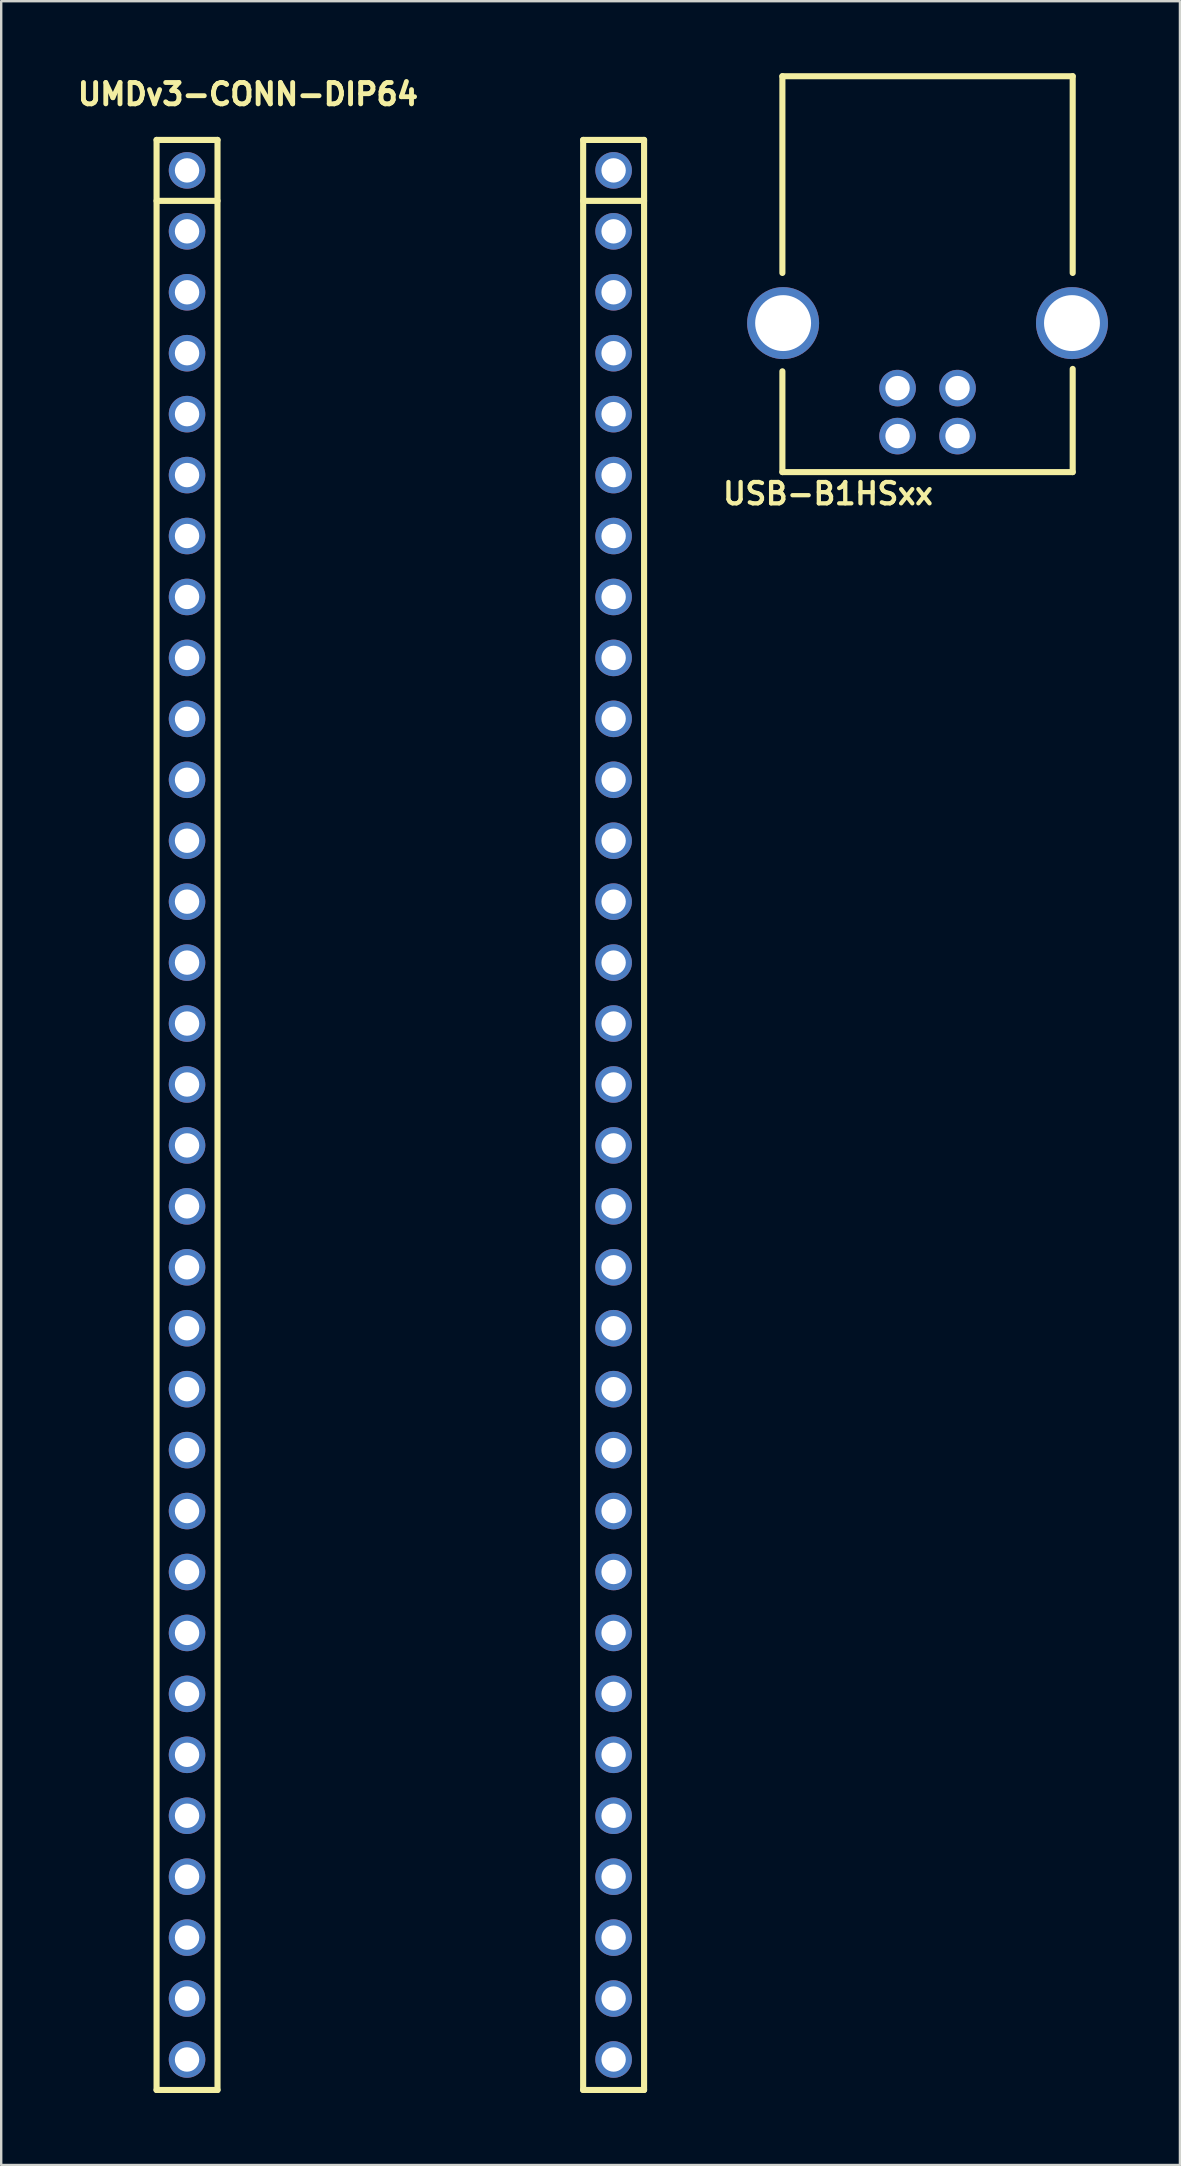
<source format=kicad_pcb>
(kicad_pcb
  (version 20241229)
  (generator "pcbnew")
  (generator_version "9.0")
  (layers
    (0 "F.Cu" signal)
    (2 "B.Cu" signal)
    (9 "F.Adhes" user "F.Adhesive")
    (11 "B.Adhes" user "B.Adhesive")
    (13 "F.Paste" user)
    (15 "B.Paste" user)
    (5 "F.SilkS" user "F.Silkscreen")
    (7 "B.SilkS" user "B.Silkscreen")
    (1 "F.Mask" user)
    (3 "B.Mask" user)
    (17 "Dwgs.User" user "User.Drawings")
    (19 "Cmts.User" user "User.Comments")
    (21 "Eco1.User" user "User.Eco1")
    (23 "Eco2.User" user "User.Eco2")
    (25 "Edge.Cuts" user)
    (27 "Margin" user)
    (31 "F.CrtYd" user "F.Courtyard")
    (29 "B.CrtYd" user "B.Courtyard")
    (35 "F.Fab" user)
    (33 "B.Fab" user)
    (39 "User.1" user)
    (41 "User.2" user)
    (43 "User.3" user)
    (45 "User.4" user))
  (footprint "UMDv3-CONN-DIP64"
    (layer "F.Cu")
    (at 4.746 4.052)
    (property "Reference" "UMDv3-CONN-DIP64" (at 2.54 -3.175 0) (layer "F.SilkS") (effects (font (size 0.889 0.889) (thickness 0.203))))
    (attr through_hole)
    (fp_line (start -1.27 -1.27) (end -1.27 80.01) (stroke (width 0.254) (type solid)) (layer "F.SilkS"))
    (fp_line (start -1.27 1.27) (end 1.27 1.27) (stroke (width 0.254) (type solid)) (layer "F.SilkS"))
    (fp_line (start -1.27 80.01) (end 1.27 80.01) (stroke (width 0.254) (type solid)) (layer "F.SilkS"))
    (fp_line (start 1.27 -1.27) (end -1.27 -1.27) (stroke (width 0.254) (type solid)) (layer "F.SilkS"))
    (fp_line (start 1.27 80.01) (end 1.27 -1.27) (stroke (width 0.254) (type solid)) (layer "F.SilkS"))
    (fp_line (start 16.51 -1.27) (end 16.51 80.01) (stroke (width 0.254) (type solid)) (layer "F.SilkS"))
    (fp_line (start 16.51 1.27) (end 19.05 1.27) (stroke (width 0.254) (type solid)) (layer "F.SilkS"))
    (fp_line (start 16.51 80.01) (end 19.05 80.01) (stroke (width 0.254) (type solid)) (layer "F.SilkS"))
    (fp_line (start 19.05 -1.27) (end 16.51 -1.27) (stroke (width 0.254) (type solid)) (layer "F.SilkS"))
    (fp_line (start 19.05 80.01) (end 19.05 -1.27) (stroke (width 0.254) (type solid)) (layer "F.SilkS"))
    (pad "1" thru_hole circle (at 0 0) (size 1.524 1.524) (drill 1.016) (layers "*.Cu" "*.Mask"))
    (pad "2" thru_hole circle (at 0 2.54) (size 1.524 1.524) (drill 1.016) (layers "*.Cu" "*.Mask"))
    (pad "3" thru_hole circle (at 0 5.08) (size 1.524 1.524) (drill 1.016) (layers "*.Cu" "*.Mask"))
    (pad "4" thru_hole circle (at 0 7.62) (size 1.524 1.524) (drill 1.016) (layers "*.Cu" "*.Mask"))
    (pad "5" thru_hole circle (at 0 10.16) (size 1.524 1.524) (drill 1.016) (layers "*.Cu" "*.Mask"))
    (pad "6" thru_hole circle (at 0 12.7) (size 1.524 1.524) (drill 1.016) (layers "*.Cu" "*.Mask"))
    (pad "7" thru_hole circle (at 0 15.24) (size 1.524 1.524) (drill 1.016) (layers "*.Cu" "*.Mask"))
    (pad "8" thru_hole circle (at 0 17.78) (size 1.524 1.524) (drill 1.016) (layers "*.Cu" "*.Mask"))
    (pad "9" thru_hole circle (at 0 20.32) (size 1.524 1.524) (drill 1.016) (layers "*.Cu" "*.Mask"))
    (pad "10" thru_hole circle (at 0 22.86) (size 1.524 1.524) (drill 1.016) (layers "*.Cu" "*.Mask"))
    (pad "11" thru_hole circle (at 0 25.4) (size 1.524 1.524) (drill 1.016) (layers "*.Cu" "*.Mask"))
    (pad "12" thru_hole circle (at 0 27.94) (size 1.524 1.524) (drill 1.016) (layers "*.Cu" "*.Mask"))
    (pad "13" thru_hole circle (at 0 30.48) (size 1.524 1.524) (drill 1.016) (layers "*.Cu" "*.Mask"))
    (pad "14" thru_hole circle (at 0 33.02) (size 1.524 1.524) (drill 1.016) (layers "*.Cu" "*.Mask"))
    (pad "15" thru_hole circle (at 0 35.56) (size 1.524 1.524) (drill 1.016) (layers "*.Cu" "*.Mask"))
    (pad "16" thru_hole circle (at 0 38.1) (size 1.524 1.524) (drill 1.016) (layers "*.Cu" "*.Mask"))
    (pad "17" thru_hole circle (at 0 40.64) (size 1.524 1.524) (drill 1.016) (layers "*.Cu" "*.Mask"))
    (pad "18" thru_hole circle (at 0 43.18) (size 1.524 1.524) (drill 1.016) (layers "*.Cu" "*.Mask"))
    (pad "19" thru_hole circle (at 0 45.72) (size 1.524 1.524) (drill 1.016) (layers "*.Cu" "*.Mask"))
    (pad "20" thru_hole circle (at 0 48.26) (size 1.524 1.524) (drill 1.016) (layers "*.Cu" "*.Mask"))
    (pad "21" thru_hole circle (at 0 50.8) (size 1.524 1.524) (drill 1.016) (layers "*.Cu" "*.Mask"))
    (pad "22" thru_hole circle (at 0 53.34) (size 1.524 1.524) (drill 1.016) (layers "*.Cu" "*.Mask"))
    (pad "23" thru_hole circle (at 0 55.88) (size 1.524 1.524) (drill 1.016) (layers "*.Cu" "*.Mask"))
    (pad "24" thru_hole circle (at 0 58.42) (size 1.524 1.524) (drill 1.016) (layers "*.Cu" "*.Mask"))
    (pad "25" thru_hole circle (at 0 60.96) (size 1.524 1.524) (drill 1.016) (layers "*.Cu" "*.Mask"))
    (pad "26" thru_hole circle (at 0 63.5) (size 1.524 1.524) (drill 1.016) (layers "*.Cu" "*.Mask"))
    (pad "27" thru_hole circle (at 0 66.04) (size 1.524 1.524) (drill 1.016) (layers "*.Cu" "*.Mask"))
    (pad "28" thru_hole circle (at 0 68.58) (size 1.524 1.524) (drill 1.016) (layers "*.Cu" "*.Mask"))
    (pad "29" thru_hole circle (at 0 71.12) (size 1.524 1.524) (drill 1.016) (layers "*.Cu" "*.Mask"))
    (pad "30" thru_hole circle (at 0 73.66) (size 1.524 1.524) (drill 1.016) (layers "*.Cu" "*.Mask"))
    (pad "31" thru_hole circle (at 0 76.2) (size 1.524 1.524) (drill 1.016) (layers "*.Cu" "*.Mask"))
    (pad "32" thru_hole circle (at 0 78.74) (size 1.524 1.524) (drill 1.016) (layers "*.Cu" "*.Mask"))
    (pad "33" thru_hole circle (at 17.78 78.74) (size 1.524 1.524) (drill 1.016) (layers "*.Cu" "*.Mask"))
    (pad "34" thru_hole circle (at 17.78 76.2) (size 1.524 1.524) (drill 1.016) (layers "*.Cu" "*.Mask"))
    (pad "35" thru_hole circle (at 17.78 73.66) (size 1.524 1.524) (drill 1.016) (layers "*.Cu" "*.Mask"))
    (pad "36" thru_hole circle (at 17.78 71.12) (size 1.524 1.524) (drill 1.016) (layers "*.Cu" "*.Mask"))
    (pad "37" thru_hole circle (at 17.78 68.58) (size 1.524 1.524) (drill 1.016) (layers "*.Cu" "*.Mask"))
    (pad "38" thru_hole circle (at 17.78 66.04) (size 1.524 1.524) (drill 1.016) (layers "*.Cu" "*.Mask"))
    (pad "39" thru_hole circle (at 17.78 63.5) (size 1.524 1.524) (drill 1.016) (layers "*.Cu" "*.Mask"))
    (pad "40" thru_hole circle (at 17.78 60.96) (size 1.524 1.524) (drill 1.016) (layers "*.Cu" "*.Mask"))
    (pad "41" thru_hole circle (at 17.78 58.42) (size 1.524 1.524) (drill 1.016) (layers "*.Cu" "*.Mask"))
    (pad "42" thru_hole circle (at 17.78 55.88) (size 1.524 1.524) (drill 1.016) (layers "*.Cu" "*.Mask"))
    (pad "43" thru_hole circle (at 17.78 53.34) (size 1.524 1.524) (drill 1.016) (layers "*.Cu" "*.Mask"))
    (pad "44" thru_hole circle (at 17.78 50.8) (size 1.524 1.524) (drill 1.016) (layers "*.Cu" "*.Mask"))
    (pad "45" thru_hole circle (at 17.78 48.26) (size 1.524 1.524) (drill 1.016) (layers "*.Cu" "*.Mask"))
    (pad "46" thru_hole circle (at 17.78 45.72) (size 1.524 1.524) (drill 1.016) (layers "*.Cu" "*.Mask"))
    (pad "47" thru_hole circle (at 17.78 43.18) (size 1.524 1.524) (drill 1.016) (layers "*.Cu" "*.Mask"))
    (pad "48" thru_hole circle (at 17.78 40.64) (size 1.524 1.524) (drill 1.016) (layers "*.Cu" "*.Mask"))
    (pad "49" thru_hole circle (at 17.78 38.1) (size 1.524 1.524) (drill 1.016) (layers "*.Cu" "*.Mask"))
    (pad "50" thru_hole circle (at 17.78 35.56) (size 1.524 1.524) (drill 1.016) (layers "*.Cu" "*.Mask"))
    (pad "51" thru_hole circle (at 17.78 33.02) (size 1.524 1.524) (drill 1.016) (layers "*.Cu" "*.Mask"))
    (pad "52" thru_hole circle (at 17.78 30.48) (size 1.524 1.524) (drill 1.016) (layers "*.Cu" "*.Mask"))
    (pad "53" thru_hole circle (at 17.78 27.94) (size 1.524 1.524) (drill 1.016) (layers "*.Cu" "*.Mask"))
    (pad "54" thru_hole circle (at 17.78 25.4) (size 1.524 1.524) (drill 1.016) (layers "*.Cu" "*.Mask"))
    (pad "55" thru_hole circle (at 17.78 22.86) (size 1.524 1.524) (drill 1.016) (layers "*.Cu" "*.Mask"))
    (pad "56" thru_hole circle (at 17.78 20.32) (size 1.524 1.524) (drill 1.016) (layers "*.Cu" "*.Mask"))
    (pad "57" thru_hole circle (at 17.78 17.78) (size 1.524 1.524) (drill 1.016) (layers "*.Cu" "*.Mask"))
    (pad "58" thru_hole circle (at 17.78 15.24) (size 1.524 1.524) (drill 1.016) (layers "*.Cu" "*.Mask"))
    (pad "59" thru_hole circle (at 17.78 12.7) (size 1.524 1.524) (drill 1.016) (layers "*.Cu" "*.Mask"))
    (pad "60" thru_hole circle (at 17.78 10.16) (size 1.524 1.524) (drill 1.016) (layers "*.Cu" "*.Mask"))
    (pad "61" thru_hole circle (at 17.78 7.62) (size 1.524 1.524) (drill 1.016) (layers "*.Cu" "*.Mask"))
    (pad "62" thru_hole circle (at 17.78 5.08) (size 1.524 1.524) (drill 1.016) (layers "*.Cu" "*.Mask"))
    (pad "63" thru_hole circle (at 17.78 2.54) (size 1.524 1.524) (drill 1.016) (layers "*.Cu" "*.Mask"))
    (pad "64" thru_hole circle (at 17.78 0) (size 1.524 1.524) (drill 1.016) (layers "*.Cu" "*.Mask")))
  (footprint "USB-B1HSxx"
    (layer "F.Cu")
    (at 35.611 13.127)
    (property "Reference" "USB-B1HSxx" (at -4.15 4.4 0) (layer "F.SilkS") (effects (font (size 0.889 0.889) (thickness 0.178))))
    (attr through_hole)
    (fp_line (start -6.05 -13) (end -6.05 -4.8) (stroke (width 0.254) (type solid)) (layer "F.SilkS"))
    (fp_line (start -6.05 -13) (end 6.05 -13) (stroke (width 0.254) (type solid)) (layer "F.SilkS"))
    (fp_line (start -6.05 3.5) (end -6.05 -0.7) (stroke (width 0.254) (type solid)) (layer "F.SilkS"))
    (fp_line (start -6.05 3.5) (end 6.05 3.5) (stroke (width 0.254) (type solid)) (layer "F.SilkS"))
    (fp_line (start 6.05 -13) (end 6.05 -4.8) (stroke (width 0.254) (type solid)) (layer "F.SilkS"))
    (fp_line (start 6.05 3.5) (end 6.05 -0.8) (stroke (width 0.254) (type solid)) (layer "F.SilkS"))
    (pad "1" thru_hole circle (at -1.25 2) (size 1.524 1.524) (drill 1.016) (layers "*.Cu" "*.Mask"))
    (pad "2" thru_hole circle (at 1.25 2) (size 1.524 1.524) (drill 1.016) (layers "*.Cu" "*.Mask"))
    (pad "3" thru_hole circle (at 1.25 0) (size 1.524 1.524) (drill 1.016) (layers "*.Cu" "*.Mask"))
    (pad "4" thru_hole circle (at -1.25 0) (size 1.524 1.524) (drill 1.016) (layers "*.Cu" "*.Mask"))
    (pad "5" thru_hole circle (at -6.02 -2.71) (size 3 3) (drill 2.33) (layers "*.Cu" "*.Mask"))
    (pad "5" thru_hole circle (at 6.02 -2.71) (size 3 3) (drill 2.33) (layers "*.Cu" "*.Mask")))
  (gr_rect
    (start -3 -3)
    (end 46.131 87.189)
    (stroke (width 0.1) (type default))
    (fill no)
    (layer "Edge.Cuts")))
</source>
